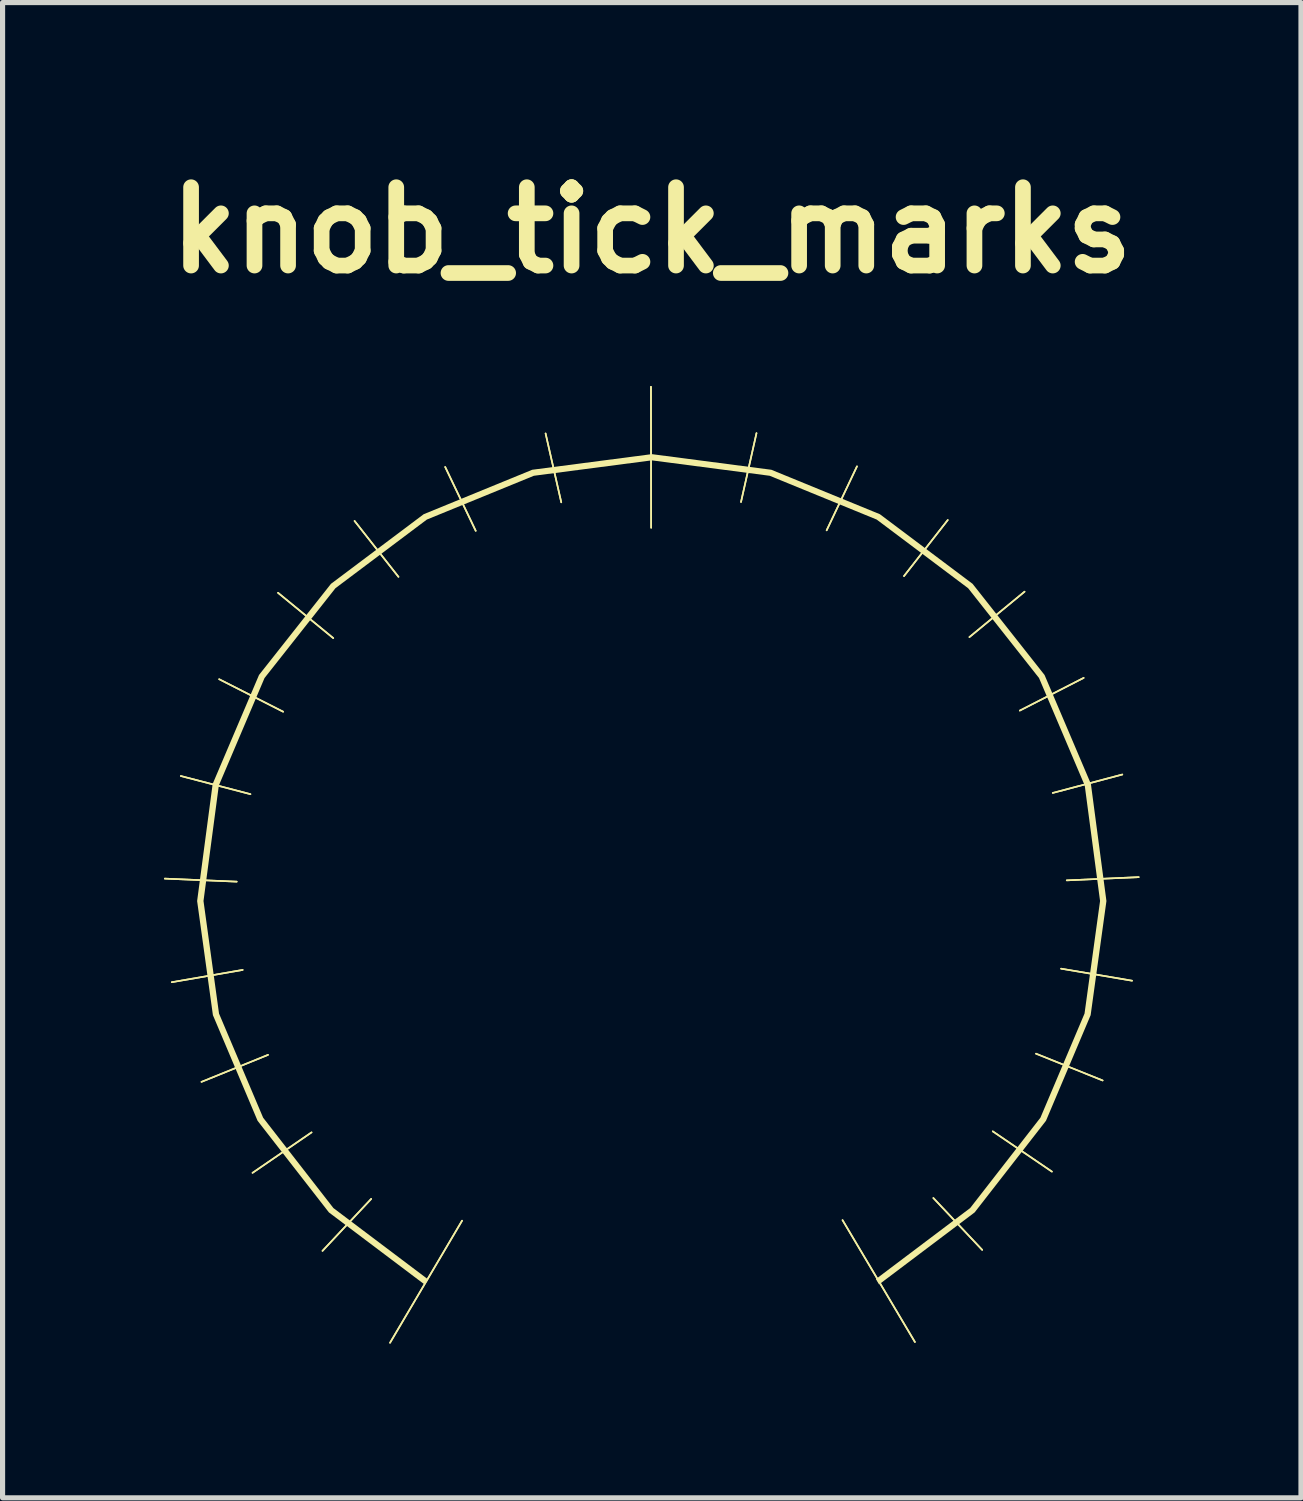
<source format=kicad_pcb>
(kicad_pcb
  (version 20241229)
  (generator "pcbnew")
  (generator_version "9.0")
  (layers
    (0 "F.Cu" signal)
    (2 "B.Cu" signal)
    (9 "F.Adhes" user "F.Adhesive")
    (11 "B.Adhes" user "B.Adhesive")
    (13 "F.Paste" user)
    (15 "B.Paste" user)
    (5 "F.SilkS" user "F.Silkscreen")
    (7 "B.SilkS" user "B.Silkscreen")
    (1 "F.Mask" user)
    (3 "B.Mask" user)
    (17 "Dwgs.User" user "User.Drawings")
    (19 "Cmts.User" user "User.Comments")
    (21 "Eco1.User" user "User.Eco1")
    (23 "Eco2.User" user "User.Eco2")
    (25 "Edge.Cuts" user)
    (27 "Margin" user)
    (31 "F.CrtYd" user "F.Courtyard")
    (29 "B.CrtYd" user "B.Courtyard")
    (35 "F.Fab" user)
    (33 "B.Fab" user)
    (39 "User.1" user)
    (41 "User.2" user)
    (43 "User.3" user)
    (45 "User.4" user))
  (footprint "knob_tick_marks"
    (layer "F.Cu")
    (at 9.63 13.774)
    (property "Reference" "knob_tick_marks" (at 0 -12.347 0) (layer "F.SilkS") (effects (font (size 1.524 1.524) (thickness 0.305))))
    (attr smd)
    (fp_line (start -9.474 0.269) (end -8.075 0.328) (stroke (width 0.032) (type solid)) (layer "F.SilkS"))
    (fp_line (start -9.338 2.284) (end -7.959 2.045) (stroke (width 0.032) (type solid)) (layer "F.SilkS"))
    (fp_line (start -9.162 -1.727) (end -7.808 -1.374) (stroke (width 0.032) (type solid)) (layer "F.SilkS"))
    (fp_line (start -8.76 4.223) (end -7.466 3.698) (stroke (width 0.032) (type solid)) (layer "F.SilkS"))
    (fp_line (start -8.416 -3.61) (end -7.172 -2.978) (stroke (width 0.032) (type solid)) (layer "F.SilkS"))
    (fp_line (start -8.075 0.328) (end -9.474 0.269) (stroke (width 0.032) (type solid)) (layer "F.SilkS"))
    (fp_line (start -7.959 2.045) (end -9.338 2.284) (stroke (width 0.032) (type solid)) (layer "F.SilkS"))
    (fp_line (start -7.808 -1.374) (end -9.162 -1.727) (stroke (width 0.032) (type solid)) (layer "F.SilkS"))
    (fp_line (start -7.767 5.993) (end -6.619 5.206) (stroke (width 0.032) (type solid)) (layer "F.SilkS"))
    (fp_line (start -7.466 3.698) (end -8.76 4.223) (stroke (width 0.032) (type solid)) (layer "F.SilkS"))
    (fp_line (start -7.271 -5.291) (end -6.197 -4.41) (stroke (width 0.032) (type solid)) (layer "F.SilkS"))
    (fp_line (start -7.172 -2.978) (end -8.416 -3.61) (stroke (width 0.032) (type solid)) (layer "F.SilkS"))
    (fp_line (start -6.619 5.206) (end -7.767 5.993) (stroke (width 0.032) (type solid)) (layer "F.SilkS"))
    (fp_line (start -6.406 7.511) (end -5.459 6.5) (stroke (width 0.032) (type solid)) (layer "F.SilkS"))
    (fp_line (start -6.197 -4.41) (end -7.271 -5.291) (stroke (width 0.032) (type solid)) (layer "F.SilkS"))
    (fp_line (start -5.782 -6.689) (end -4.928 -5.602) (stroke (width 0.032) (type solid)) (layer "F.SilkS"))
    (fp_line (start -5.459 6.5) (end -6.406 7.511) (stroke (width 0.032) (type solid)) (layer "F.SilkS"))
    (fp_line (start -5.092 9.299) (end -3.691 6.924) (stroke (width 0.032) (type solid)) (layer "F.SilkS"))
    (fp_line (start -4.928 -5.602) (end -5.782 -6.689) (stroke (width 0.032) (type solid)) (layer "F.SilkS"))
    (fp_line (start -4.019 -7.739) (end -3.425 -6.497) (stroke (width 0.032) (type solid)) (layer "F.SilkS"))
    (fp_line (start -3.691 6.924) (end -5.092 9.299) (stroke (width 0.032) (type solid)) (layer "F.SilkS"))
    (fp_line (start -3.425 -6.497) (end -4.019 -7.739) (stroke (width 0.032) (type solid)) (layer "F.SilkS"))
    (fp_line (start -2.066 -8.391) (end -1.761 -7.052) (stroke (width 0.032) (type solid)) (layer "F.SilkS"))
    (fp_line (start -1.761 -7.052) (end -2.066 -8.391) (stroke (width 0.032) (type solid)) (layer "F.SilkS"))
    (fp_line (start -0.016 -9.299) (end -0.012 -6.557) (stroke (width 0.032) (type solid)) (layer "F.SilkS"))
    (fp_line (start -0.012 -6.557) (end -0.016 -9.299) (stroke (width 0.032) (type solid)) (layer "F.SilkS"))
    (fp_line (start 1.736 -7.058) (end 2.037 -8.397) (stroke (width 0.032) (type solid)) (layer "F.SilkS"))
    (fp_line (start 2.037 -8.397) (end 1.736 -7.058) (stroke (width 0.032) (type solid)) (layer "F.SilkS"))
    (fp_line (start 3.402 -6.507) (end 3.992 -7.751) (stroke (width 0.032) (type solid)) (layer "F.SilkS"))
    (fp_line (start 3.711 6.913) (end 5.119 9.284) (stroke (width 0.032) (type solid)) (layer "F.SilkS"))
    (fp_line (start 3.992 -7.751) (end 3.402 -6.507) (stroke (width 0.032) (type solid)) (layer "F.SilkS"))
    (fp_line (start 4.907 -5.617) (end 5.758 -6.707) (stroke (width 0.032) (type solid)) (layer "F.SilkS"))
    (fp_line (start 5.119 9.284) (end 3.711 6.913) (stroke (width 0.032) (type solid)) (layer "F.SilkS"))
    (fp_line (start 5.478 6.483) (end 6.428 7.492) (stroke (width 0.032) (type solid)) (layer "F.SilkS"))
    (fp_line (start 5.758 -6.707) (end 4.907 -5.617) (stroke (width 0.032) (type solid)) (layer "F.SilkS"))
    (fp_line (start 6.18 -4.43) (end 7.252 -5.313) (stroke (width 0.032) (type solid)) (layer "F.SilkS"))
    (fp_line (start 6.428 7.492) (end 5.478 6.483) (stroke (width 0.032) (type solid)) (layer "F.SilkS"))
    (fp_line (start 6.634 5.186) (end 7.784 5.969) (stroke (width 0.032) (type solid)) (layer "F.SilkS"))
    (fp_line (start 7.16 -3) (end 8.402 -3.636) (stroke (width 0.032) (type solid)) (layer "F.SilkS"))
    (fp_line (start 7.252 -5.313) (end 6.18 -4.43) (stroke (width 0.032) (type solid)) (layer "F.SilkS"))
    (fp_line (start 7.475 3.675) (end 8.771 4.196) (stroke (width 0.032) (type solid)) (layer "F.SilkS"))
    (fp_line (start 7.784 5.969) (end 6.634 5.186) (stroke (width 0.032) (type solid)) (layer "F.SilkS"))
    (fp_line (start 7.801 -1.398) (end 9.154 -1.756) (stroke (width 0.032) (type solid)) (layer "F.SilkS"))
    (fp_line (start 7.963 2.021) (end 9.343 2.255) (stroke (width 0.032) (type solid)) (layer "F.SilkS"))
    (fp_line (start 8.073 0.303) (end 9.473 0.24) (stroke (width 0.032) (type solid)) (layer "F.SilkS"))
    (fp_line (start 8.402 -3.636) (end 7.16 -3) (stroke (width 0.032) (type solid)) (layer "F.SilkS"))
    (fp_line (start 8.771 4.196) (end 7.475 3.675) (stroke (width 0.032) (type solid)) (layer "F.SilkS"))
    (fp_line (start 9.154 -1.756) (end 7.801 -1.398) (stroke (width 0.032) (type solid)) (layer "F.SilkS"))
    (fp_line (start 9.343 2.255) (end 7.963 2.021) (stroke (width 0.032) (type solid)) (layer "F.SilkS"))
    (fp_line (start 9.473 0.24) (end 8.073 0.303) (stroke (width 0.032) (type solid)) (layer "F.SilkS"))
    (fp_poly (pts (xy 0 -7.989) (xy -2.326 -7.685) (xy -4.438 -6.82) (xy -6.241 -5.466) (xy -7.641 -3.693) (xy -8.543 -1.573) (xy -8.845 0.705) (xy -8.538 2.925) (xy -7.669 4.98) (xy -6.281 6.763) (xy -4.422 8.164) (xy -4.36 8.06) (xy -6.194 6.678) (xy -7.561 4.92) (xy -8.419 2.894) (xy -8.721 0.704) (xy -8.423 -1.542) (xy -7.534 -3.633) (xy -6.154 -5.381) (xy -4.376 -6.716) (xy -2.294 -7.568) (xy 0 -7.868) (xy 2.294 -7.568) (xy 4.376 -6.716) (xy 6.154 -5.381) (xy 7.534 -3.633) (xy 8.423 -1.542) (xy 8.721 0.704) (xy 8.419 2.894) (xy 7.561 4.92) (xy 6.194 6.678) (xy 4.36 8.06) (xy 4.422 8.164) (xy 6.281 6.763) (xy 7.669 4.98) (xy 8.538 2.925) (xy 8.845 0.705) (xy 8.543 -1.573) (xy 7.641 -3.693) (xy 6.241 -5.466) (xy 4.438 -6.82) (xy 2.326 -7.685) (xy 0 -7.989)) (stroke (width 0) (type solid)) (fill yes) (layer "F.SilkS")))
  (gr_rect
    (start -3 -3)
    (end 22.26 26.089)
    (stroke (width 0.1) (type default))
    (fill no)
    (layer "Edge.Cuts")))
</source>
